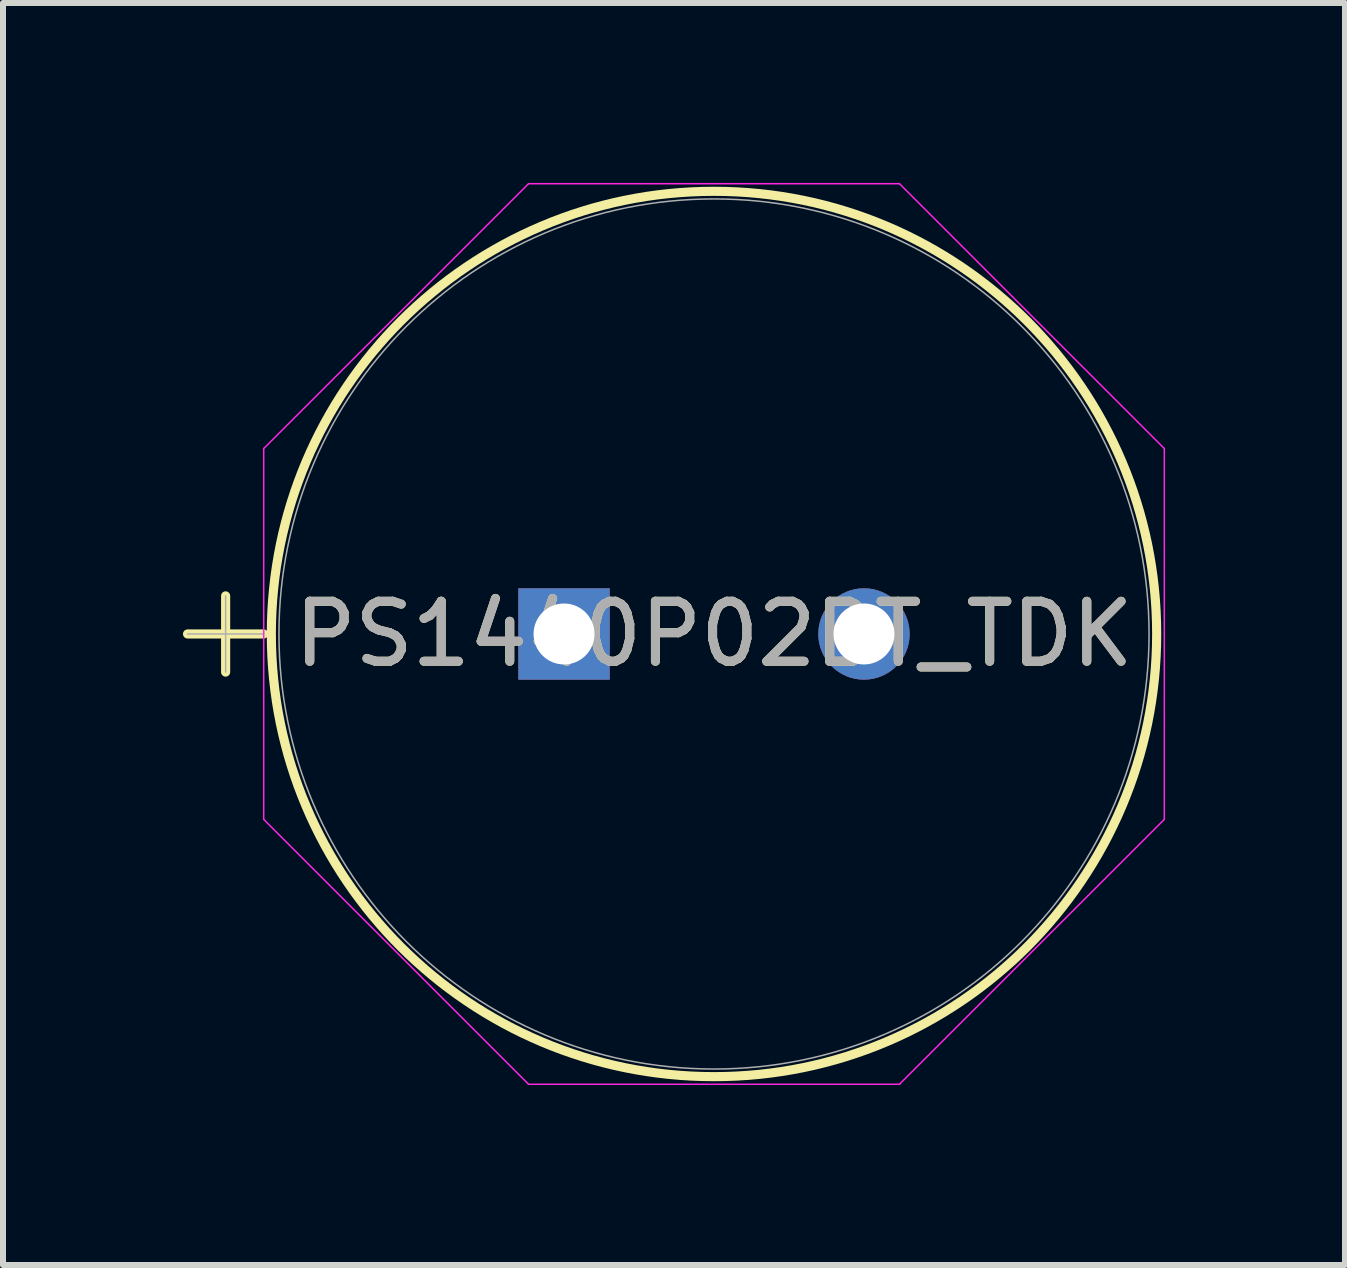
<source format=kicad_pcb>
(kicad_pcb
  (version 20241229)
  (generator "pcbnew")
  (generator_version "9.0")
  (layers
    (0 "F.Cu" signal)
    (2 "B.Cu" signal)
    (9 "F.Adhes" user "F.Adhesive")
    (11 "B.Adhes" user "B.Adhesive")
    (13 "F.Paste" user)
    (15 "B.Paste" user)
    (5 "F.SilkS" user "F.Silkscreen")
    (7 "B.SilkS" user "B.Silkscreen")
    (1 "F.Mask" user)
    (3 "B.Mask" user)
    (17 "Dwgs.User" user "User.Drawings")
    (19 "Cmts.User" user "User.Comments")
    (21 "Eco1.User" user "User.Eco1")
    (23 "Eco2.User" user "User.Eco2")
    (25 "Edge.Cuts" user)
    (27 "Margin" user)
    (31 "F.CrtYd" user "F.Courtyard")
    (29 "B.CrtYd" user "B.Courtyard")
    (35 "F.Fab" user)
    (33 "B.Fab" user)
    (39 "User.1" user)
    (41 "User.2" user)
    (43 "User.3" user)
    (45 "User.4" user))
  (footprint "PS1440P02BT_TDK"
    (layer "F.Cu")
    (at 6.352 7.518)
    (property "Reference" "PS1440P02BT_TDK" (at 2.5 0 0) (unlocked yes) (layer "F.SilkS") (effects (font (size 1 1) (thickness 0.15))))
    (attr through_hole)
    (fp_line (start -6.276 0) (end -5.006 0) (stroke (width 0.152) (type solid)) (layer "F.SilkS"))
    (fp_line (start -5.641 -0.635) (end -5.641 0.635) (stroke (width 0.152) (type solid)) (layer "F.SilkS"))
    (fp_circle (center 2.5 0) (end 9.879 0) (stroke (width 0.152) (type solid)) (fill no) (layer "F.SilkS"))
    (fp_line (start -5.006 -3.091) (end -0.591 -7.506) (stroke (width 0.025) (type solid)) (layer "F.CrtYd"))
    (fp_line (start -5.006 3.091) (end -5.006 -3.091) (stroke (width 0.025) (type solid)) (layer "F.CrtYd"))
    (fp_line (start -0.591 -7.506) (end 5.591 -7.506) (stroke (width 0.025) (type solid)) (layer "F.CrtYd"))
    (fp_line (start -0.591 7.506) (end -5.006 3.091) (stroke (width 0.025) (type solid)) (layer "F.CrtYd"))
    (fp_line (start 5.591 -7.506) (end 10.006 -3.091) (stroke (width 0.025) (type solid)) (layer "F.CrtYd"))
    (fp_line (start 5.591 7.506) (end -0.591 7.506) (stroke (width 0.025) (type solid)) (layer "F.CrtYd"))
    (fp_line (start 10.006 -3.091) (end 10.006 3.091) (stroke (width 0.025) (type solid)) (layer "F.CrtYd"))
    (fp_line (start 10.006 3.091) (end 5.591 7.506) (stroke (width 0.025) (type solid)) (layer "F.CrtYd"))
    (fp_line (start -6.276 0) (end -5.006 0) (stroke (width 0.025) (type solid)) (layer "F.Fab"))
    (fp_line (start -5.641 -0.635) (end -5.641 0.635) (stroke (width 0.025) (type solid)) (layer "F.Fab"))
    (fp_circle (center 2.5 0) (end 9.752 0) (stroke (width 0.025) (type solid)) (fill no) (layer "F.Fab"))
    (fp_text user "${REFERENCE}" (at 2.5 0 0) (unlocked yes) (layer "F.Fab") (effects (font (size 1 1) (thickness 0.15))))
    (pad "1" thru_hole rect (at 0 0) (size 1.524 1.524) (drill 1.016) (layers "*.Cu" "*.Mask"))
    (pad "2" thru_hole circle (at 5 0) (size 1.524 1.524) (drill 1.016) (layers "*.Cu" "*.Mask")))
  (gr_rect
    (start -3 -3)
    (end 19.37 18.037)
    (stroke (width 0.1) (type default))
    (fill no)
    (layer "Edge.Cuts")))
</source>
